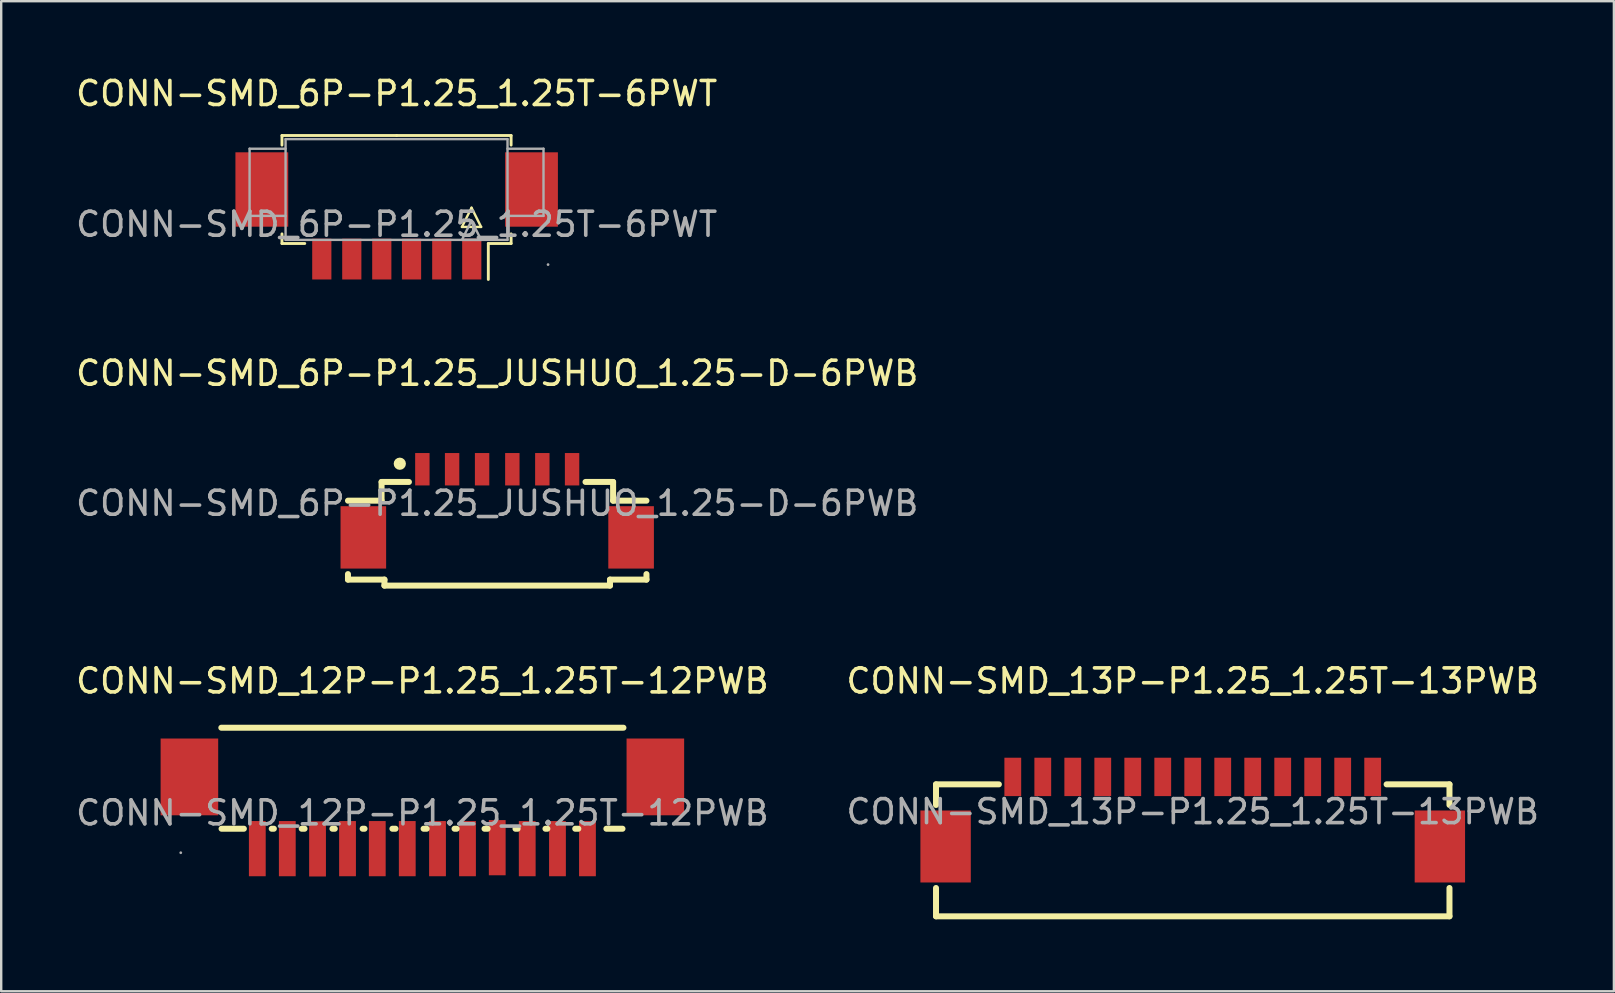
<source format=kicad_pcb>
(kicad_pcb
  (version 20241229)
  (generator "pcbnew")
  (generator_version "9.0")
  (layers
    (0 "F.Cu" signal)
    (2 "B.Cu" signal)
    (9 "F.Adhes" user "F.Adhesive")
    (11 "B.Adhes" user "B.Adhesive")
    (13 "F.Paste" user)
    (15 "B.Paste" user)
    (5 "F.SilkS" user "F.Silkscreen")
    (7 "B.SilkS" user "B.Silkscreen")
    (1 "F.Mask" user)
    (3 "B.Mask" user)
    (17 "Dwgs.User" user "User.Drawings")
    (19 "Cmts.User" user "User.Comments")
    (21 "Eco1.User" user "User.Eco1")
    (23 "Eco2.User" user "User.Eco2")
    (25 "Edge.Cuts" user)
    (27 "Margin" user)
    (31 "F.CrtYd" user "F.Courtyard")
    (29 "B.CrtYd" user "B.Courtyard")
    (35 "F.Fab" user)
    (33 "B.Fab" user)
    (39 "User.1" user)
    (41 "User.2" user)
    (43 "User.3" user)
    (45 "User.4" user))
  (footprint "CONN-SMD_13P-P1.25_1.25T-13PWB"
    (layer "F.Cu")
    (at 46.661 30.78)
    (property "Reference" "CONN-SMD_13P-P1.25_1.25T-13PWB" (at 0 -5.45 0) (layer "F.SilkS") (effects (font (size 1 1) (thickness 0.15))))
    (attr through_hole)
    (fp_line (start -10.7 -1.14) (end -8.08 -1.14) (stroke (width 0.25) (type solid)) (layer "F.SilkS"))
    (fp_line (start -10.7 -0.28) (end -10.7 -1.14) (stroke (width 0.25) (type solid)) (layer "F.SilkS"))
    (fp_line (start -10.7 4.36) (end -10.7 3.18) (stroke (width 0.25) (type solid)) (layer "F.SilkS"))
    (fp_line (start 10.7 -1.14) (end 8.08 -1.14) (stroke (width 0.25) (type solid)) (layer "F.SilkS"))
    (fp_line (start 10.7 -0.28) (end 10.7 -1.14) (stroke (width 0.25) (type solid)) (layer "F.SilkS"))
    (fp_line (start 10.7 4.36) (end -10.7 4.36) (stroke (width 0.25) (type solid)) (layer "F.SilkS"))
    (fp_line (start 10.7 4.36) (end 10.7 3.18) (stroke (width 0.25) (type solid)) (layer "F.SilkS"))
    (fp_text user "${REFERENCE}" (at 0 0 0) (layer "F.Fab") (effects (font (size 1 1) (thickness 0.15))))
    (pad "1" smd rect (at -7.5 -1.45) (size 0.7 1.6) (layers "F.Cu" "F.Mask" "F.Paste"))
    (pad "2" smd rect (at -6.25 -1.45) (size 0.7 1.6) (layers "F.Cu" "F.Mask" "F.Paste"))
    (pad "3" smd rect (at -5 -1.45) (size 0.7 1.6) (layers "F.Cu" "F.Mask" "F.Paste"))
    (pad "4" smd rect (at -3.75 -1.45) (size 0.7 1.6) (layers "F.Cu" "F.Mask" "F.Paste"))
    (pad "5" smd rect (at -2.5 -1.45) (size 0.7 1.6) (layers "F.Cu" "F.Mask" "F.Paste"))
    (pad "6" smd rect (at -1.25 -1.45) (size 0.7 1.6) (layers "F.Cu" "F.Mask" "F.Paste"))
    (pad "7" smd rect (at 0 -1.45) (size 0.7 1.6) (layers "F.Cu" "F.Mask" "F.Paste"))
    (pad "8" smd rect (at 1.25 -1.45) (size 0.7 1.6) (layers "F.Cu" "F.Mask" "F.Paste"))
    (pad "9" smd rect (at 2.5 -1.45) (size 0.7 1.6) (layers "F.Cu" "F.Mask" "F.Paste"))
    (pad "10" smd rect (at 3.75 -1.45) (size 0.7 1.6) (layers "F.Cu" "F.Mask" "F.Paste"))
    (pad "11" smd rect (at 5 -1.45) (size 0.7 1.6) (layers "F.Cu" "F.Mask" "F.Paste"))
    (pad "12" smd rect (at 6.25 -1.45) (size 0.7 1.6) (layers "F.Cu" "F.Mask" "F.Paste"))
    (pad "13" smd rect (at 7.5 -1.45) (size 0.7 1.6) (layers "F.Cu" "F.Mask" "F.Paste"))
    (pad "14" smd rect (at 10.3 1.45) (size 2.1 3) (layers "F.Cu" "F.Mask" "F.Paste"))
    (pad "15" smd rect (at -10.3 1.45) (size 2.1 3) (layers "F.Cu" "F.Mask" "F.Paste")))
  (footprint "CONN-SMD_12P-P1.25_1.25T-12PWB"
    (layer "F.Cu")
    (at 14.554 30.83)
    (property "Reference" "CONN-SMD_12P-P1.25_1.25T-12PWB" (at 0 -5.5 0) (layer "F.SilkS") (effects (font (size 1 1) (thickness 0.15))))
    (attr through_hole)
    (fp_line (start -8.38 -3.55) (end 8.38 -3.55) (stroke (width 0.25) (type solid)) (layer "F.SilkS"))
    (fp_line (start -8.37 0.66) (end -7.44 0.66) (stroke (width 0.25) (type solid)) (layer "F.SilkS"))
    (fp_line (start -6.28 0.66) (end -6.19 0.66) (stroke (width 0.25) (type solid)) (layer "F.SilkS"))
    (fp_line (start -5.03 0.66) (end -4.91 0.66) (stroke (width 0.25) (type solid)) (layer "F.SilkS"))
    (fp_line (start -3.75 0.66) (end -3.65 0.66) (stroke (width 0.25) (type solid)) (layer "F.SilkS"))
    (fp_line (start -2.49 0.66) (end -2.41 0.66) (stroke (width 0.25) (type solid)) (layer "F.SilkS"))
    (fp_line (start -1.25 0.66) (end -1.12 0.66) (stroke (width 0.25) (type solid)) (layer "F.SilkS"))
    (fp_line (start 0.05 0.66) (end 0.18 0.66) (stroke (width 0.25) (type solid)) (layer "F.SilkS"))
    (fp_line (start 1.34 0.66) (end 1.43 0.66) (stroke (width 0.25) (type solid)) (layer "F.SilkS"))
    (fp_line (start 2.59 0.66) (end 2.72 0.66) (stroke (width 0.25) (type solid)) (layer "F.SilkS"))
    (fp_line (start 3.88 0.66) (end 3.97 0.66) (stroke (width 0.25) (type solid)) (layer "F.SilkS"))
    (fp_line (start 5.13 0.66) (end 5.21 0.66) (stroke (width 0.25) (type solid)) (layer "F.SilkS"))
    (fp_line (start 6.37 0.66) (end 6.5 0.66) (stroke (width 0.25) (type solid)) (layer "F.SilkS"))
    (fp_line (start 7.67 0.66) (end 8.34 0.66) (stroke (width 0.25) (type solid)) (layer "F.SilkS"))
    (fp_circle (center -10.07 1.66) (end -10.04 1.66) (stroke (width 0.06) (type solid)) (fill no) (layer "F.Fab"))
    (fp_text user "${REFERENCE}" (at 0 0 0) (layer "F.Fab") (effects (font (size 1 1) (thickness 0.15))))
    (pad "0" smd rect (at -9.71 -1.5) (size 2.4 3.2) (layers "F.Cu" "F.Mask" "F.Paste"))
    (pad "0" smd rect (at 9.71 -1.5) (size 2.4 3.2) (layers "F.Cu" "F.Mask" "F.Paste"))
    (pad "1" smd rect (at -6.88 1.49) (size 0.7 2.3) (layers "F.Cu" "F.Mask" "F.Paste"))
    (pad "2" smd rect (at -5.63 1.49) (size 0.7 2.3) (layers "F.Cu" "F.Mask" "F.Paste"))
    (pad "3" smd rect (at -4.37 1.5) (size 0.7 2.3) (layers "F.Cu" "F.Mask" "F.Paste"))
    (pad "4" smd rect (at -3.12 1.49) (size 0.7 2.3) (layers "F.Cu" "F.Mask" "F.Paste"))
    (pad "5" smd rect (at -1.88 1.49) (size 0.7 2.3) (layers "F.Cu" "F.Mask" "F.Paste"))
    (pad "6" smd rect (at -0.63 1.49) (size 0.7 2.3) (layers "F.Cu" "F.Mask" "F.Paste"))
    (pad "7" smd rect (at 0.63 1.49) (size 0.7 2.3) (layers "F.Cu" "F.Mask" "F.Paste"))
    (pad "8" smd rect (at 1.88 1.49) (size 0.7 2.3) (layers "F.Cu" "F.Mask" "F.Paste"))
    (pad "9" smd rect (at 3.12 1.45) (size 0.7 2.3) (layers "F.Cu" "F.Mask" "F.Paste"))
    (pad "10" smd rect (at 4.37 1.49) (size 0.7 2.3) (layers "F.Cu" "F.Mask" "F.Paste"))
    (pad "11" smd rect (at 5.63 1.49) (size 0.7 2.3) (layers "F.Cu" "F.Mask" "F.Paste"))
    (pad "12" smd rect (at 6.88 1.49) (size 0.7 2.3) (layers "F.Cu" "F.Mask" "F.Paste")))
  (footprint "CONN-SMD_6P-P1.25_1.25T-6PWT"
    (layer "F.Cu")
    (at 13.482 6.298)
    (property "Reference" "CONN-SMD_6P-P1.25_1.25T-6PWT" (at 0 -5.45 0) (layer "F.SilkS") (effects (font (size 1 1) (thickness 0.15))))
    (attr through_hole)
    (fp_line (start -4.78 -3.7) (end 0 -3.7) (stroke (width 0.12) (type solid)) (layer "F.SilkS"))
    (fp_line (start -4.78 -3.3) (end -4.78 -3.7) (stroke (width 0.12) (type solid)) (layer "F.SilkS"))
    (fp_line (start -4.78 0.8) (end -4.78 0.4) (stroke (width 0.12) (type solid)) (layer "F.SilkS"))
    (fp_line (start -3.83 0.8) (end -4.78 0.8) (stroke (width 0.12) (type solid)) (layer "F.SilkS"))
    (fp_line (start 0 -3.7) (end 4.77 -3.7) (stroke (width 0.12) (type solid)) (layer "F.SilkS"))
    (fp_line (start 2.72 0.11) (end 3.52 0.11) (stroke (width 0.1) (type solid)) (layer "F.SilkS"))
    (fp_line (start 3.12 -0.69) (end 2.72 0.11) (stroke (width 0.1) (type solid)) (layer "F.SilkS"))
    (fp_line (start 3.52 0.11) (end 3.12 -0.69) (stroke (width 0.1) (type solid)) (layer "F.SilkS"))
    (fp_line (start 3.82 0.8) (end 4.77 0.8) (stroke (width 0.12) (type solid)) (layer "F.SilkS"))
    (fp_line (start 3.82 2.3) (end 3.82 0.8) (stroke (width 0.12) (type solid)) (layer "F.SilkS"))
    (fp_line (start 4.77 -3.7) (end 4.77 -3.3) (stroke (width 0.12) (type solid)) (layer "F.SilkS"))
    (fp_line (start 4.77 0.8) (end 4.77 0.4) (stroke (width 0.12) (type solid)) (layer "F.SilkS"))
    (fp_line (start -6.13 -3.15) (end -4.63 -3.15) (stroke (width 0.1) (type solid)) (layer "F.Fab"))
    (fp_line (start -6.13 -0.35) (end -6.13 -3.15) (stroke (width 0.1) (type solid)) (layer "F.Fab"))
    (fp_line (start -4.63 -3.55) (end 4.62 -3.55) (stroke (width 0.1) (type solid)) (layer "F.Fab"))
    (fp_line (start -4.63 -0.35) (end -6.13 -0.35) (stroke (width 0.1) (type solid)) (layer "F.Fab"))
    (fp_line (start -4.63 0.65) (end -4.63 -3.55) (stroke (width 0.1) (type solid)) (layer "F.Fab"))
    (fp_line (start 2.72 0.65) (end 3.52 0.65) (stroke (width 0.1) (type solid)) (layer "F.Fab"))
    (fp_line (start 3.12 -0.15) (end 2.72 0.65) (stroke (width 0.1) (type solid)) (layer "F.Fab"))
    (fp_line (start 3.52 0.65) (end 3.12 -0.15) (stroke (width 0.1) (type solid)) (layer "F.Fab"))
    (fp_line (start 4.62 -3.55) (end 4.62 0.65) (stroke (width 0.1) (type solid)) (layer "F.Fab"))
    (fp_line (start 4.62 -0.35) (end 6.12 -0.35) (stroke (width 0.1) (type solid)) (layer "F.Fab"))
    (fp_line (start 4.62 0.65) (end -4.63 0.65) (stroke (width 0.1) (type solid)) (layer "F.Fab"))
    (fp_line (start 6.12 -3.15) (end 4.62 -3.15) (stroke (width 0.1) (type solid)) (layer "F.Fab"))
    (fp_line (start 6.12 -0.35) (end 6.12 -3.15) (stroke (width 0.1) (type solid)) (layer "F.Fab"))
    (fp_circle (center 6.31 1.68) (end 6.34 1.68) (stroke (width 0.06) (type solid)) (fill no) (layer "F.Fab"))
    (fp_text user "${REFERENCE}" (at 0 0 0) (layer "F.Fab") (effects (font (size 1 1) (thickness 0.15))))
    (pad "1" smd rect (at 3.13 1.45 180) (size 0.8 1.7) (layers "F.Cu" "F.Mask" "F.Paste"))
    (pad "2" smd rect (at 1.88 1.45 180) (size 0.8 1.7) (layers "F.Cu" "F.Mask" "F.Paste"))
    (pad "3" smd rect (at 0.62 1.45 180) (size 0.8 1.7) (layers "F.Cu" "F.Mask" "F.Paste"))
    (pad "4" smd rect (at -0.62 1.45 180) (size 0.8 1.7) (layers "F.Cu" "F.Mask" "F.Paste"))
    (pad "5" smd rect (at -1.87 1.45 180) (size 0.8 1.7) (layers "F.Cu" "F.Mask" "F.Paste"))
    (pad "6" smd rect (at -3.12 1.45 180) (size 0.8 1.7) (layers "F.Cu" "F.Mask" "F.Paste"))
    (pad "7" smd rect (at -5.62 -1.45 180) (size 2.2 3.1) (layers "F.Cu" "F.Mask" "F.Paste"))
    (pad "8" smd rect (at 5.62 -1.45 180) (size 2.2 3.1) (layers "F.Cu" "F.Mask" "F.Paste")))
  (footprint "CONN-SMD_6P-P1.25_JUSHUO_1.25-D-6PWB"
    (layer "F.Cu")
    (at 17.673 17.927)
    (property "Reference" "CONN-SMD_6P-P1.25_JUSHUO_1.25-D-6PWB" (at 0 -5.42 0) (layer "F.SilkS") (effects (font (size 1 1) (thickness 0.15))))
    (attr through_hole)
    (fp_line (start -6.22 2.95) (end -6.22 3.18) (stroke (width 0.25) (type solid)) (layer "F.SilkS"))
    (fp_line (start -6.22 3.18) (end -4.7 3.18) (stroke (width 0.25) (type solid)) (layer "F.SilkS"))
    (fp_line (start -4.82 -0.89) (end -4.82 -0.11) (stroke (width 0.25) (type solid)) (layer "F.SilkS"))
    (fp_line (start -4.82 -0.11) (end -6.22 -0.11) (stroke (width 0.25) (type solid)) (layer "F.SilkS"))
    (fp_line (start -4.7 3.18) (end -4.7 3.43) (stroke (width 0.25) (type solid)) (layer "F.SilkS"))
    (fp_line (start -4.7 3.43) (end 4.7 3.43) (stroke (width 0.25) (type solid)) (layer "F.SilkS"))
    (fp_line (start -3.68 -0.89) (end -4.82 -0.89) (stroke (width 0.25) (type solid)) (layer "F.SilkS"))
    (fp_line (start 3.68 -0.89) (end 4.83 -0.89) (stroke (width 0.25) (type solid)) (layer "F.SilkS"))
    (fp_line (start 4.7 3.18) (end 6.22 3.18) (stroke (width 0.25) (type solid)) (layer "F.SilkS"))
    (fp_line (start 4.7 3.43) (end 4.7 3.18) (stroke (width 0.25) (type solid)) (layer "F.SilkS"))
    (fp_line (start 4.83 -0.89) (end 4.83 -0.11) (stroke (width 0.25) (type solid)) (layer "F.SilkS"))
    (fp_line (start 4.83 -0.11) (end 6.22 -0.11) (stroke (width 0.25) (type solid)) (layer "F.SilkS"))
    (fp_line (start 6.22 3.18) (end 6.22 2.95) (stroke (width 0.25) (type solid)) (layer "F.SilkS"))
    (fp_circle (center -4.06 -1.65) (end -3.93 -1.65) (stroke (width 0.25) (type solid)) (fill no) (layer "F.SilkS"))
    (fp_text user "${REFERENCE}" (at 0 0 0) (layer "F.Fab") (effects (font (size 1 1) (thickness 0.15))))
    (pad "1" smd rect (at -3.12 -1.42) (size 0.6 1.35) (layers "F.Cu" "F.Mask" "F.Paste"))
    (pad "2" smd rect (at -1.88 -1.42) (size 0.6 1.35) (layers "F.Cu" "F.Mask" "F.Paste"))
    (pad "3" smd rect (at -0.63 -1.42) (size 0.6 1.35) (layers "F.Cu" "F.Mask" "F.Paste"))
    (pad "4" smd rect (at 0.63 -1.42) (size 0.6 1.35) (layers "F.Cu" "F.Mask" "F.Paste"))
    (pad "5" smd rect (at 1.88 -1.42) (size 0.6 1.35) (layers "F.Cu" "F.Mask" "F.Paste"))
    (pad "6" smd rect (at 3.12 -1.42) (size 0.6 1.35) (layers "F.Cu" "F.Mask" "F.Paste"))
    (pad "7" smd rect (at 5.58 1.42) (size 1.9 2.6) (layers "F.Cu" "F.Mask" "F.Paste"))
    (pad "8" smd rect (at -5.58 1.42) (size 1.9 2.6) (layers "F.Cu" "F.Mask" "F.Paste")))
  (gr_rect
    (start -3 -3)
    (end 64.214 38.265)
    (stroke (width 0.1) (type default))
    (fill no)
    (layer "Edge.Cuts")))
</source>
